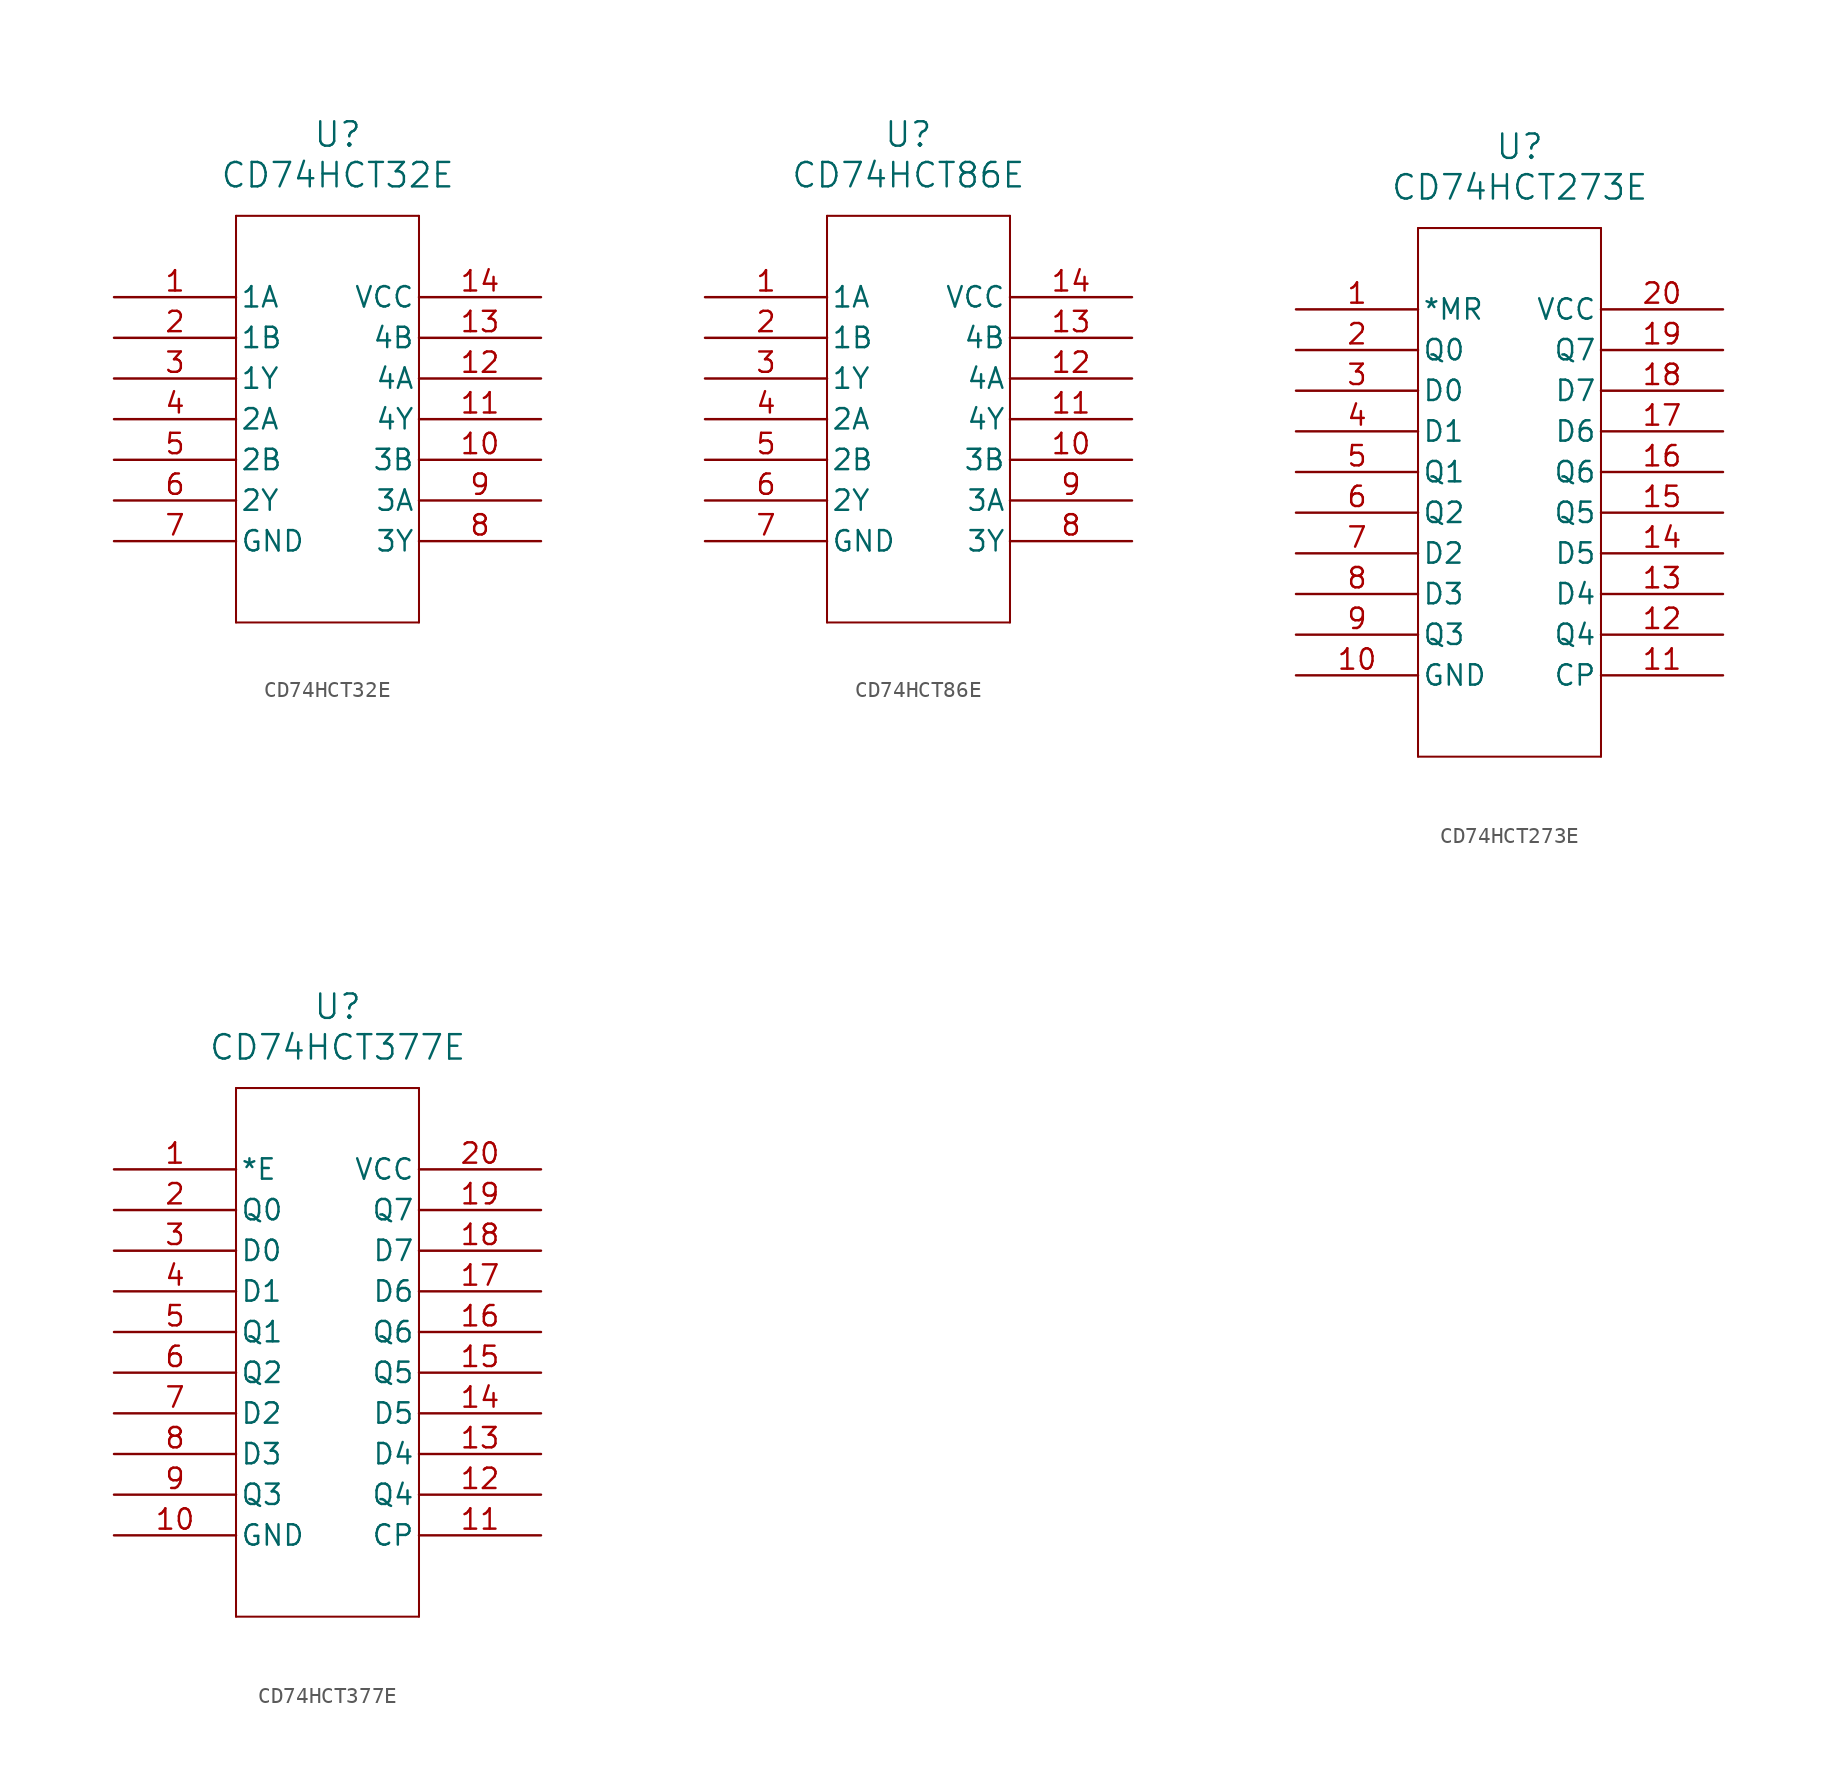
<source format=kicad_sym>
(kicad_symbol_lib
  (version 20231120)
  (generator "kicad_symbol_editor")
  (generator_version "8.0")
  (symbol "CD74HCT32E"
    (pin_names
      (offset 0.254))
    (property "Reference" "U"
      (at 27.94 10.16 0)
      (effects (font (size 1.524 1.524))))
    (property "Value" "CD74HCT32E"
      (at 27.94 7.62 0)
      (effects (font (size 1.524 1.524))))
    (property "ki_locked" ""
      (at 0 0 0)
      (effects (font (size 1.27 1.27))))
    (symbol "CD74HCT32E_0_1"
      (polyline (pts (xy 21.59 -20.32) (xy 33.02 -20.32)) (stroke (width 0.127) (type default)) (fill (type none)))
      (polyline (pts (xy 21.59 5.08) (xy 21.59 -20.32)) (stroke (width 0.127) (type default)) (fill (type none)))
      (polyline (pts (xy 33.02 -20.32) (xy 33.02 5.08)) (stroke (width 0.127) (type default)) (fill (type none)))
      (polyline (pts (xy 33.02 5.08) (xy 21.59 5.08)) (stroke (width 0.127) (type default)) (fill (type none)))
      (pin input line (at 13.97 0 0) (length 7.62) (name "1A" (effects (font (size 1.27 1.27)))) (number "1" (effects (font (size 1.27 1.27)))))
      (pin input line (at 40.64 -10.16 180) (length 7.62) (name "3B" (effects (font (size 1.27 1.27)))) (number "10" (effects (font (size 1.27 1.27)))))
      (pin output line (at 40.64 -7.62 180) (length 7.62) (name "4Y" (effects (font (size 1.27 1.27)))) (number "11" (effects (font (size 1.27 1.27)))))
      (pin input line (at 40.64 -5.08 180) (length 7.62) (name "4A" (effects (font (size 1.27 1.27)))) (number "12" (effects (font (size 1.27 1.27)))))
      (pin input line (at 40.64 -2.54 180) (length 7.62) (name "4B" (effects (font (size 1.27 1.27)))) (number "13" (effects (font (size 1.27 1.27)))))
      (pin power_in line (at 40.64 0 180) (length 7.62) (name "VCC" (effects (font (size 1.27 1.27)))) (number "14" (effects (font (size 1.27 1.27)))))
      (pin input line (at 13.97 -2.54 0) (length 7.62) (name "1B" (effects (font (size 1.27 1.27)))) (number "2" (effects (font (size 1.27 1.27)))))
      (pin output line (at 13.97 -5.08 0) (length 7.62) (name "1Y" (effects (font (size 1.27 1.27)))) (number "3" (effects (font (size 1.27 1.27)))))
      (pin input line (at 13.97 -7.62 0) (length 7.62) (name "2A" (effects (font (size 1.27 1.27)))) (number "4" (effects (font (size 1.27 1.27)))))
      (pin input line (at 13.97 -10.16 0) (length 7.62) (name "2B" (effects (font (size 1.27 1.27)))) (number "5" (effects (font (size 1.27 1.27)))))
      (pin output line (at 13.97 -12.7 0) (length 7.62) (name "2Y" (effects (font (size 1.27 1.27)))) (number "6" (effects (font (size 1.27 1.27)))))
      (pin power_in line (at 13.97 -15.24 0) (length 7.62) (name "GND" (effects (font (size 1.27 1.27)))) (number "7" (effects (font (size 1.27 1.27)))))
      (pin output line (at 40.64 -15.24 180) (length 7.62) (name "3Y" (effects (font (size 1.27 1.27)))) (number "8" (effects (font (size 1.27 1.27)))))
      (pin input line (at 40.64 -12.7 180) (length 7.62) (name "3A" (effects (font (size 1.27 1.27)))) (number "9" (effects (font (size 1.27 1.27)))))))
  (symbol "CD74HCT86E"
    (pin_names
      (offset 0.254))
    (property "Reference" "U"
      (at 27.94 10.16 0)
      (effects (font (size 1.524 1.524))))
    (property "Value" "CD74HCT86E"
      (at 27.94 7.62 0)
      (effects (font (size 1.524 1.524))))
    (property "ki_locked" ""
      (at 0 0 0)
      (effects (font (size 1.27 1.27))))
    (symbol "CD74HCT86E_0_1"
      (polyline (pts (xy 22.86 -20.32) (xy 34.29 -20.32)) (stroke (width 0.127) (type default)) (fill (type none)))
      (polyline (pts (xy 22.86 5.08) (xy 22.86 -20.32)) (stroke (width 0.127) (type default)) (fill (type none)))
      (polyline (pts (xy 34.29 -20.32) (xy 34.29 5.08)) (stroke (width 0.127) (type default)) (fill (type none)))
      (polyline (pts (xy 34.29 5.08) (xy 22.86 5.08)) (stroke (width 0.127) (type default)) (fill (type none)))
      (pin input line (at 15.24 0 0) (length 7.62) (name "1A" (effects (font (size 1.27 1.27)))) (number "1" (effects (font (size 1.27 1.27)))))
      (pin input line (at 41.91 -10.16 180) (length 7.62) (name "3B" (effects (font (size 1.27 1.27)))) (number "10" (effects (font (size 1.27 1.27)))))
      (pin output line (at 41.91 -7.62 180) (length 7.62) (name "4Y" (effects (font (size 1.27 1.27)))) (number "11" (effects (font (size 1.27 1.27)))))
      (pin input line (at 41.91 -5.08 180) (length 7.62) (name "4A" (effects (font (size 1.27 1.27)))) (number "12" (effects (font (size 1.27 1.27)))))
      (pin input line (at 41.91 -2.54 180) (length 7.62) (name "4B" (effects (font (size 1.27 1.27)))) (number "13" (effects (font (size 1.27 1.27)))))
      (pin power_in line (at 41.91 0 180) (length 7.62) (name "VCC" (effects (font (size 1.27 1.27)))) (number "14" (effects (font (size 1.27 1.27)))))
      (pin input line (at 15.24 -2.54 0) (length 7.62) (name "1B" (effects (font (size 1.27 1.27)))) (number "2" (effects (font (size 1.27 1.27)))))
      (pin output line (at 15.24 -5.08 0) (length 7.62) (name "1Y" (effects (font (size 1.27 1.27)))) (number "3" (effects (font (size 1.27 1.27)))))
      (pin input line (at 15.24 -7.62 0) (length 7.62) (name "2A" (effects (font (size 1.27 1.27)))) (number "4" (effects (font (size 1.27 1.27)))))
      (pin input line (at 15.24 -10.16 0) (length 7.62) (name "2B" (effects (font (size 1.27 1.27)))) (number "5" (effects (font (size 1.27 1.27)))))
      (pin output line (at 15.24 -12.7 0) (length 7.62) (name "2Y" (effects (font (size 1.27 1.27)))) (number "6" (effects (font (size 1.27 1.27)))))
      (pin power_in line (at 15.24 -15.24 0) (length 7.62) (name "GND" (effects (font (size 1.27 1.27)))) (number "7" (effects (font (size 1.27 1.27)))))
      (pin output line (at 41.91 -15.24 180) (length 7.62) (name "3Y" (effects (font (size 1.27 1.27)))) (number "8" (effects (font (size 1.27 1.27)))))
      (pin input line (at 41.91 -12.7 180) (length 7.62) (name "3A" (effects (font (size 1.27 1.27)))) (number "9" (effects (font (size 1.27 1.27)))))))
  (symbol "CD74HCT273E"
    (pin_names
      (offset 0.254))
    (property "Reference" "U"
      (at 27.94 10.16 0)
      (effects (font (size 1.524 1.524))))
    (property "Value" "CD74HCT273E"
      (at 27.94 7.62 0)
      (effects (font (size 1.524 1.524))))
    (property "ki_locked" ""
      (at 0 0 0)
      (effects (font (size 1.27 1.27))))
    (symbol "CD74HCT273E_0_1"
      (polyline (pts (xy 21.59 -27.94) (xy 33.02 -27.94)) (stroke (width 0.127) (type default)) (fill (type none)))
      (polyline (pts (xy 21.59 5.08) (xy 21.59 -27.94)) (stroke (width 0.127) (type default)) (fill (type none)))
      (polyline (pts (xy 33.02 -27.94) (xy 33.02 5.08)) (stroke (width 0.127) (type default)) (fill (type none)))
      (polyline (pts (xy 33.02 5.08) (xy 21.59 5.08)) (stroke (width 0.127) (type default)) (fill (type none)))
      (pin input line (at 13.97 0 0) (length 7.62) (name "*MR" (effects (font (size 1.27 1.27)))) (number "1" (effects (font (size 1.27 1.27)))))
      (pin power_in line (at 13.97 -22.86 0) (length 7.62) (name "GND" (effects (font (size 1.27 1.27)))) (number "10" (effects (font (size 1.27 1.27)))))
      (pin input line (at 40.64 -22.86 180) (length 7.62) (name "CP" (effects (font (size 1.27 1.27)))) (number "11" (effects (font (size 1.27 1.27)))))
      (pin output line (at 40.64 -20.32 180) (length 7.62) (name "Q4" (effects (font (size 1.27 1.27)))) (number "12" (effects (font (size 1.27 1.27)))))
      (pin input line (at 40.64 -17.78 180) (length 7.62) (name "D4" (effects (font (size 1.27 1.27)))) (number "13" (effects (font (size 1.27 1.27)))))
      (pin input line (at 40.64 -15.24 180) (length 7.62) (name "D5" (effects (font (size 1.27 1.27)))) (number "14" (effects (font (size 1.27 1.27)))))
      (pin output line (at 40.64 -12.7 180) (length 7.62) (name "Q5" (effects (font (size 1.27 1.27)))) (number "15" (effects (font (size 1.27 1.27)))))
      (pin output line (at 40.64 -10.16 180) (length 7.62) (name "Q6" (effects (font (size 1.27 1.27)))) (number "16" (effects (font (size 1.27 1.27)))))
      (pin input line (at 40.64 -7.62 180) (length 7.62) (name "D6" (effects (font (size 1.27 1.27)))) (number "17" (effects (font (size 1.27 1.27)))))
      (pin input line (at 40.64 -5.08 180) (length 7.62) (name "D7" (effects (font (size 1.27 1.27)))) (number "18" (effects (font (size 1.27 1.27)))))
      (pin output line (at 40.64 -2.54 180) (length 7.62) (name "Q7" (effects (font (size 1.27 1.27)))) (number "19" (effects (font (size 1.27 1.27)))))
      (pin output line (at 13.97 -2.54 0) (length 7.62) (name "Q0" (effects (font (size 1.27 1.27)))) (number "2" (effects (font (size 1.27 1.27)))))
      (pin power_in line (at 40.64 0 180) (length 7.62) (name "VCC" (effects (font (size 1.27 1.27)))) (number "20" (effects (font (size 1.27 1.27)))))
      (pin input line (at 13.97 -5.08 0) (length 7.62) (name "D0" (effects (font (size 1.27 1.27)))) (number "3" (effects (font (size 1.27 1.27)))))
      (pin input line (at 13.97 -7.62 0) (length 7.62) (name "D1" (effects (font (size 1.27 1.27)))) (number "4" (effects (font (size 1.27 1.27)))))
      (pin output line (at 13.97 -10.16 0) (length 7.62) (name "Q1" (effects (font (size 1.27 1.27)))) (number "5" (effects (font (size 1.27 1.27)))))
      (pin output line (at 13.97 -12.7 0) (length 7.62) (name "Q2" (effects (font (size 1.27 1.27)))) (number "6" (effects (font (size 1.27 1.27)))))
      (pin input line (at 13.97 -15.24 0) (length 7.62) (name "D2" (effects (font (size 1.27 1.27)))) (number "7" (effects (font (size 1.27 1.27)))))
      (pin input line (at 13.97 -17.78 0) (length 7.62) (name "D3" (effects (font (size 1.27 1.27)))) (number "8" (effects (font (size 1.27 1.27)))))
      (pin output line (at 13.97 -20.32 0) (length 7.62) (name "Q3" (effects (font (size 1.27 1.27)))) (number "9" (effects (font (size 1.27 1.27)))))))
  (symbol "CD74HCT377E"
    (pin_names
      (offset 0.254))
    (property "Reference" "U"
      (at 27.94 10.16 0)
      (effects (font (size 1.524 1.524))))
    (property "Value" "CD74HCT377E"
      (at 27.94 7.62 0)
      (effects (font (size 1.524 1.524))))
    (property "ki_locked" ""
      (at 0 0 0)
      (effects (font (size 1.27 1.27))))
    (symbol "CD74HCT377E_0_1"
      (polyline (pts (xy 21.59 -27.94) (xy 33.02 -27.94)) (stroke (width 0.127) (type default)) (fill (type none)))
      (polyline (pts (xy 21.59 5.08) (xy 21.59 -27.94)) (stroke (width 0.127) (type default)) (fill (type none)))
      (polyline (pts (xy 33.02 -27.94) (xy 33.02 5.08)) (stroke (width 0.127) (type default)) (fill (type none)))
      (polyline (pts (xy 33.02 5.08) (xy 21.59 5.08)) (stroke (width 0.127) (type default)) (fill (type none)))
      (pin input line (at 13.97 0 0) (length 7.62) (name "*E" (effects (font (size 1.27 1.27)))) (number "1" (effects (font (size 1.27 1.27)))))
      (pin power_in line (at 13.97 -22.86 0) (length 7.62) (name "GND" (effects (font (size 1.27 1.27)))) (number "10" (effects (font (size 1.27 1.27)))))
      (pin input line (at 40.64 -22.86 180) (length 7.62) (name "CP" (effects (font (size 1.27 1.27)))) (number "11" (effects (font (size 1.27 1.27)))))
      (pin output line (at 40.64 -20.32 180) (length 7.62) (name "Q4" (effects (font (size 1.27 1.27)))) (number "12" (effects (font (size 1.27 1.27)))))
      (pin input line (at 40.64 -17.78 180) (length 7.62) (name "D4" (effects (font (size 1.27 1.27)))) (number "13" (effects (font (size 1.27 1.27)))))
      (pin input line (at 40.64 -15.24 180) (length 7.62) (name "D5" (effects (font (size 1.27 1.27)))) (number "14" (effects (font (size 1.27 1.27)))))
      (pin output line (at 40.64 -12.7 180) (length 7.62) (name "Q5" (effects (font (size 1.27 1.27)))) (number "15" (effects (font (size 1.27 1.27)))))
      (pin output line (at 40.64 -10.16 180) (length 7.62) (name "Q6" (effects (font (size 1.27 1.27)))) (number "16" (effects (font (size 1.27 1.27)))))
      (pin input line (at 40.64 -7.62 180) (length 7.62) (name "D6" (effects (font (size 1.27 1.27)))) (number "17" (effects (font (size 1.27 1.27)))))
      (pin input line (at 40.64 -5.08 180) (length 7.62) (name "D7" (effects (font (size 1.27 1.27)))) (number "18" (effects (font (size 1.27 1.27)))))
      (pin output line (at 40.64 -2.54 180) (length 7.62) (name "Q7" (effects (font (size 1.27 1.27)))) (number "19" (effects (font (size 1.27 1.27)))))
      (pin output line (at 13.97 -2.54 0) (length 7.62) (name "Q0" (effects (font (size 1.27 1.27)))) (number "2" (effects (font (size 1.27 1.27)))))
      (pin power_in line (at 40.64 0 180) (length 7.62) (name "VCC" (effects (font (size 1.27 1.27)))) (number "20" (effects (font (size 1.27 1.27)))))
      (pin input line (at 13.97 -5.08 0) (length 7.62) (name "D0" (effects (font (size 1.27 1.27)))) (number "3" (effects (font (size 1.27 1.27)))))
      (pin input line (at 13.97 -7.62 0) (length 7.62) (name "D1" (effects (font (size 1.27 1.27)))) (number "4" (effects (font (size 1.27 1.27)))))
      (pin output line (at 13.97 -10.16 0) (length 7.62) (name "Q1" (effects (font (size 1.27 1.27)))) (number "5" (effects (font (size 1.27 1.27)))))
      (pin output line (at 13.97 -12.7 0) (length 7.62) (name "Q2" (effects (font (size 1.27 1.27)))) (number "6" (effects (font (size 1.27 1.27)))))
      (pin input line (at 13.97 -15.24 0) (length 7.62) (name "D2" (effects (font (size 1.27 1.27)))) (number "7" (effects (font (size 1.27 1.27)))))
      (pin input line (at 13.97 -17.78 0) (length 7.62) (name "D3" (effects (font (size 1.27 1.27)))) (number "8" (effects (font (size 1.27 1.27)))))
      (pin output line (at 13.97 -20.32 0) (length 7.62) (name "Q3" (effects (font (size 1.27 1.27)))) (number "9" (effects (font (size 1.27 1.27))))))))
</source>
